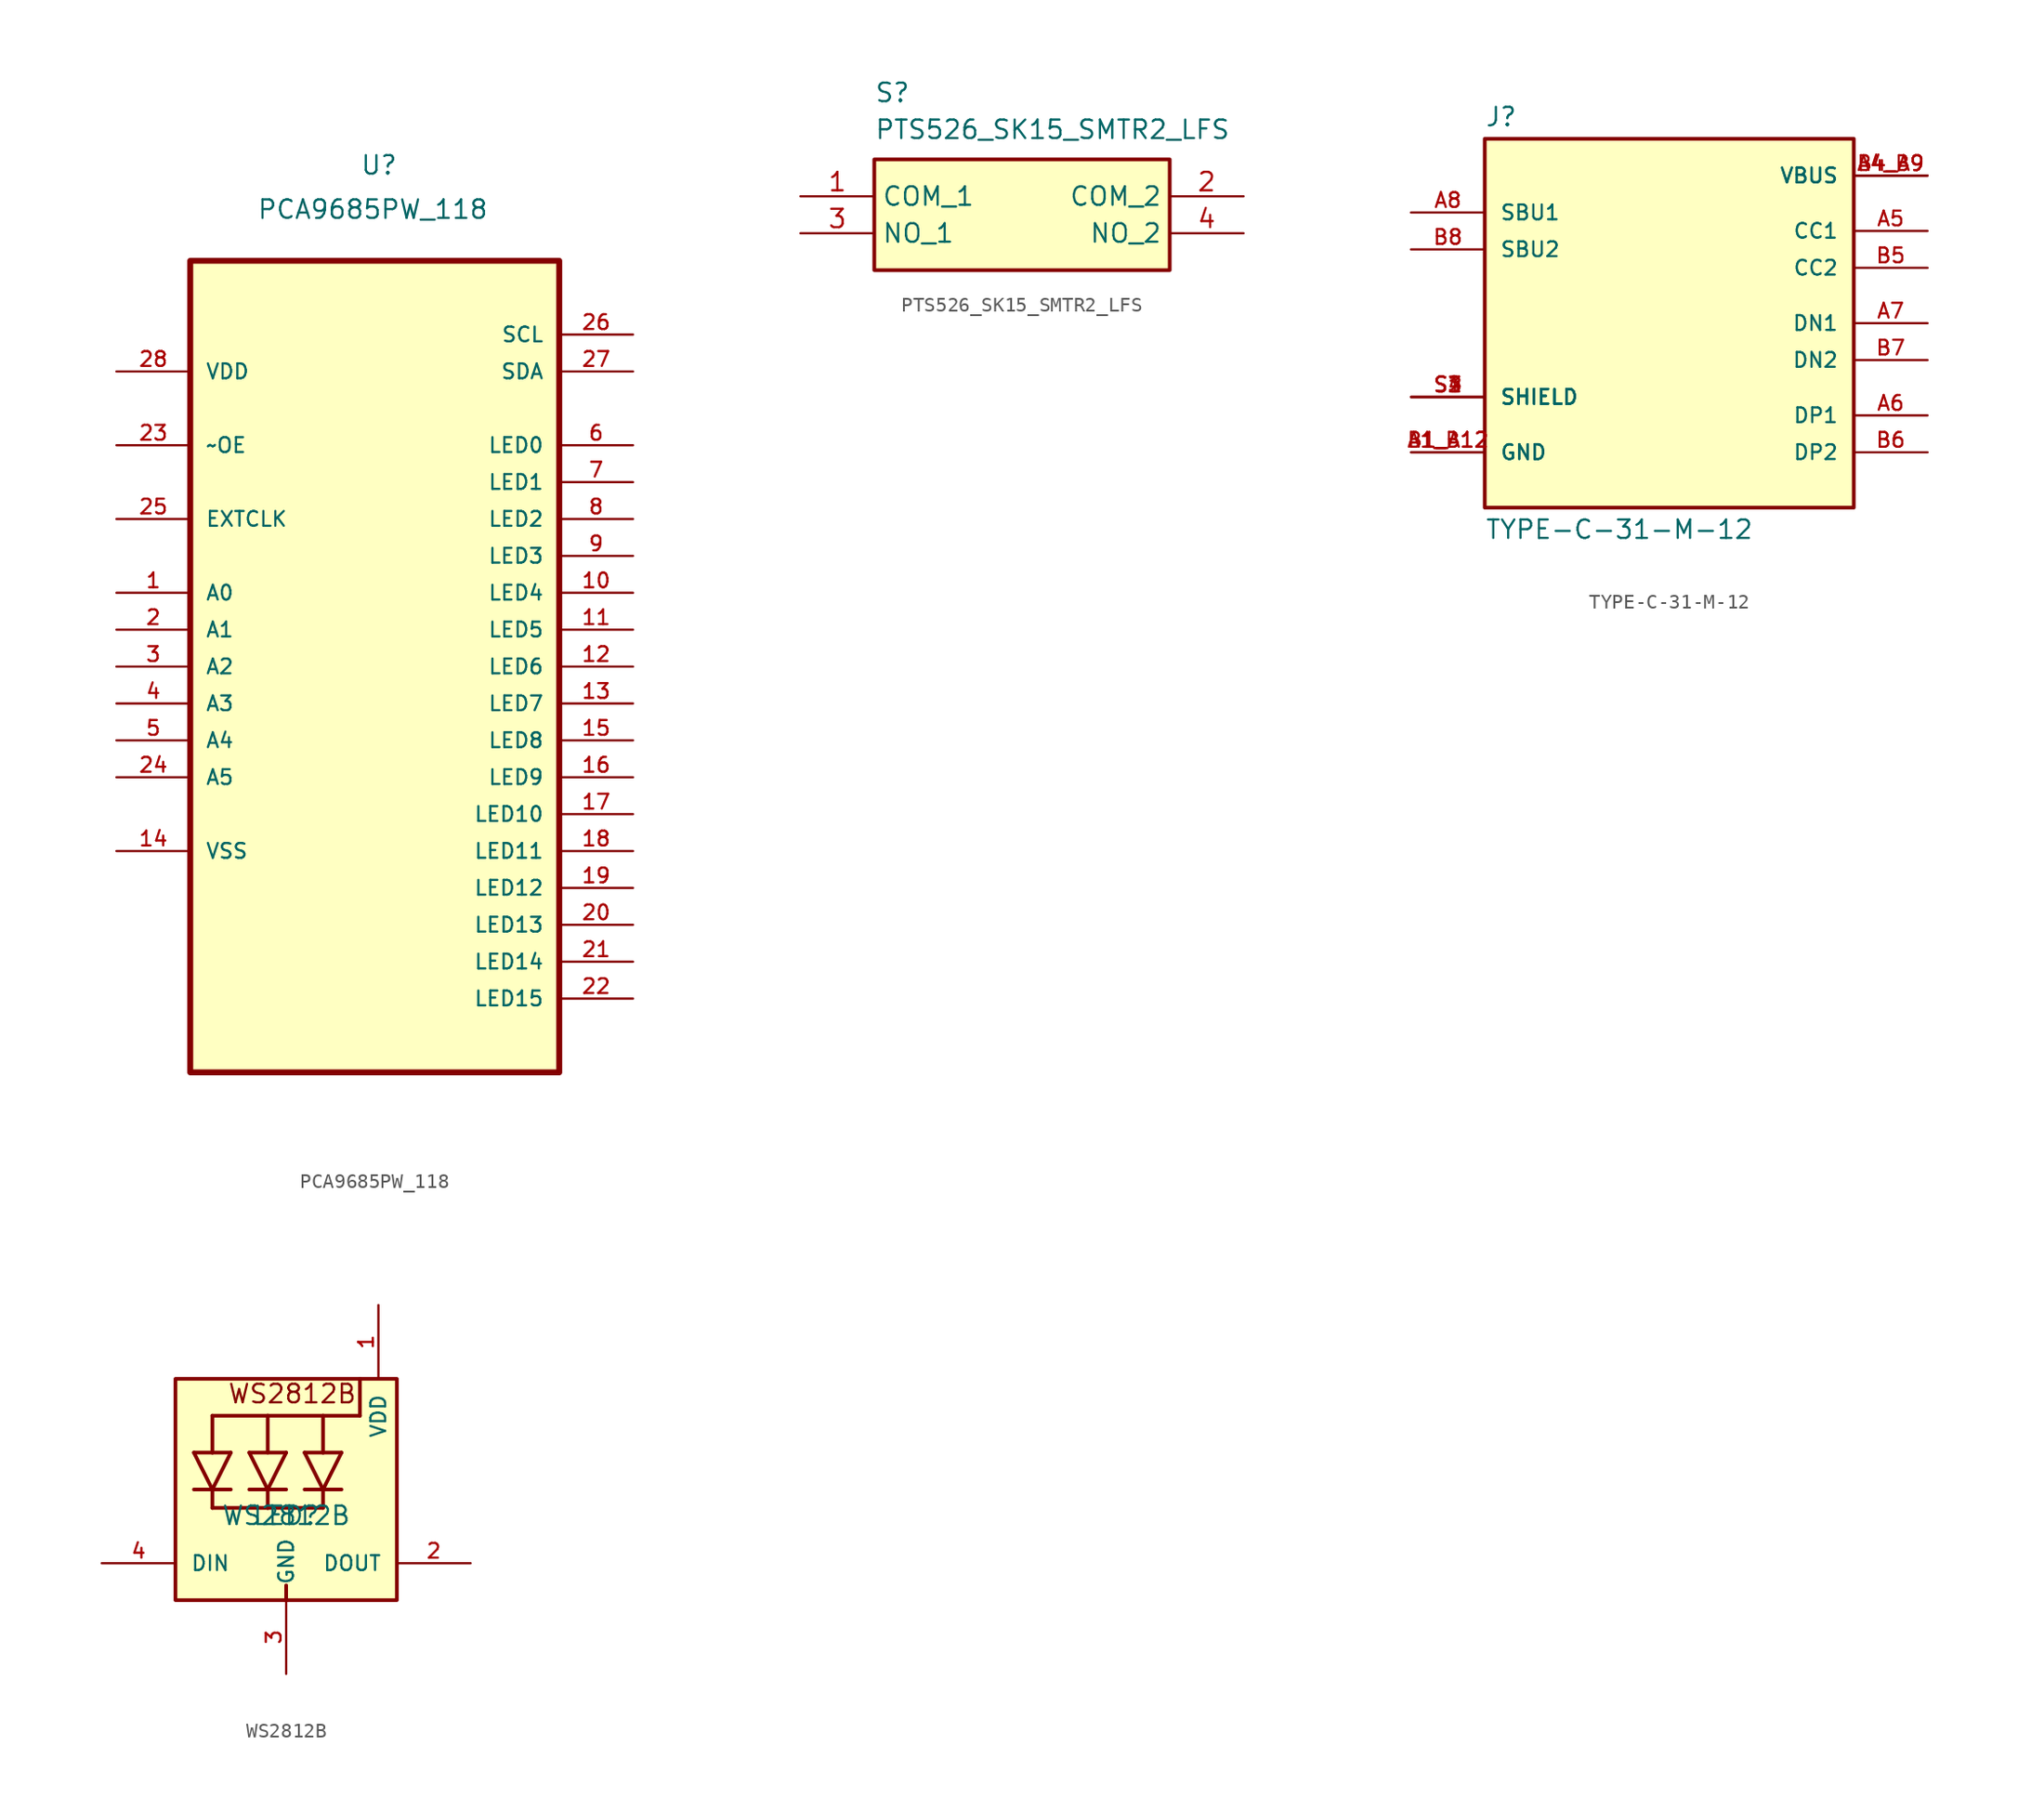
<source format=kicad_sym>
(kicad_symbol_lib
  (version 20231120)
  (generator "kicad_symbol_editor")
  (generator_version "8.0")
  (symbol "PCA9685PW_118"
    (pin_names
      (offset 1.016))
    (property "Reference" "U"
      (at -1.016 31.242 0)
      (effects (font (size 1.27 1.27)) (justify left bottom)))
    (property "Value" "PCA9685PW_118"
      (at -8.128 28.194 0)
      (effects (font (size 1.27 1.27)) (justify left bottom)))
    (symbol "PCA9685PW_118_0_0"
      (rectangle (start -12.7 -30.48) (end 12.7 25.4) (stroke (width 0.406) (type default)) (fill (type background)))
      (pin input line (at -17.78 2.54 0) (length 5.08) (name "A0" (effects (font (size 1.016 1.016)))) (number "1" (effects (font (size 1.016 1.016)))))
      (pin output line (at 17.78 2.54 180) (length 5.08) (name "LED4" (effects (font (size 1.016 1.016)))) (number "10" (effects (font (size 1.016 1.016)))))
      (pin output line (at 17.78 0 180) (length 5.08) (name "LED5" (effects (font (size 1.016 1.016)))) (number "11" (effects (font (size 1.016 1.016)))))
      (pin output line (at 17.78 -2.54 180) (length 5.08) (name "LED6" (effects (font (size 1.016 1.016)))) (number "12" (effects (font (size 1.016 1.016)))))
      (pin output line (at 17.78 -5.08 180) (length 5.08) (name "LED7" (effects (font (size 1.016 1.016)))) (number "13" (effects (font (size 1.016 1.016)))))
      (pin passive line (at -17.78 -15.24 0) (length 5.08) (name "VSS" (effects (font (size 1.016 1.016)))) (number "14" (effects (font (size 1.016 1.016)))))
      (pin output line (at 17.78 -7.62 180) (length 5.08) (name "LED8" (effects (font (size 1.016 1.016)))) (number "15" (effects (font (size 1.016 1.016)))))
      (pin output line (at 17.78 -10.16 180) (length 5.08) (name "LED9" (effects (font (size 1.016 1.016)))) (number "16" (effects (font (size 1.016 1.016)))))
      (pin output line (at 17.78 -12.7 180) (length 5.08) (name "LED10" (effects (font (size 1.016 1.016)))) (number "17" (effects (font (size 1.016 1.016)))))
      (pin output line (at 17.78 -15.24 180) (length 5.08) (name "LED11" (effects (font (size 1.016 1.016)))) (number "18" (effects (font (size 1.016 1.016)))))
      (pin output line (at 17.78 -17.78 180) (length 5.08) (name "LED12" (effects (font (size 1.016 1.016)))) (number "19" (effects (font (size 1.016 1.016)))))
      (pin input line (at -17.78 0 0) (length 5.08) (name "A1" (effects (font (size 1.016 1.016)))) (number "2" (effects (font (size 1.016 1.016)))))
      (pin output line (at 17.78 -20.32 180) (length 5.08) (name "LED13" (effects (font (size 1.016 1.016)))) (number "20" (effects (font (size 1.016 1.016)))))
      (pin output line (at 17.78 -22.86 180) (length 5.08) (name "LED14" (effects (font (size 1.016 1.016)))) (number "21" (effects (font (size 1.016 1.016)))))
      (pin output line (at 17.78 -25.4 180) (length 5.08) (name "LED15" (effects (font (size 1.016 1.016)))) (number "22" (effects (font (size 1.016 1.016)))))
      (pin input line (at -17.78 12.7 0) (length 5.08) (name "~OE" (effects (font (size 1.016 1.016)))) (number "23" (effects (font (size 1.016 1.016)))))
      (pin input line (at -17.78 -10.16 0) (length 5.08) (name "A5" (effects (font (size 1.016 1.016)))) (number "24" (effects (font (size 1.016 1.016)))))
      (pin input line (at -17.78 7.62 0) (length 5.08) (name "EXTCLK" (effects (font (size 1.016 1.016)))) (number "25" (effects (font (size 1.016 1.016)))))
      (pin input line (at 17.78 20.32 180) (length 5.08) (name "SCL" (effects (font (size 1.016 1.016)))) (number "26" (effects (font (size 1.016 1.016)))))
      (pin bidirectional line (at 17.78 17.78 180) (length 5.08) (name "SDA" (effects (font (size 1.016 1.016)))) (number "27" (effects (font (size 1.016 1.016)))))
      (pin power_in line (at -17.78 17.78 0) (length 5.08) (name "VDD" (effects (font (size 1.016 1.016)))) (number "28" (effects (font (size 1.016 1.016)))))
      (pin input line (at -17.78 -2.54 0) (length 5.08) (name "A2" (effects (font (size 1.016 1.016)))) (number "3" (effects (font (size 1.016 1.016)))))
      (pin input line (at -17.78 -5.08 0) (length 5.08) (name "A3" (effects (font (size 1.016 1.016)))) (number "4" (effects (font (size 1.016 1.016)))))
      (pin input line (at -17.78 -7.62 0) (length 5.08) (name "A4" (effects (font (size 1.016 1.016)))) (number "5" (effects (font (size 1.016 1.016)))))
      (pin output line (at 17.78 12.7 180) (length 5.08) (name "LED0" (effects (font (size 1.016 1.016)))) (number "6" (effects (font (size 1.016 1.016)))))
      (pin output line (at 17.78 10.16 180) (length 5.08) (name "LED1" (effects (font (size 1.016 1.016)))) (number "7" (effects (font (size 1.016 1.016)))))
      (pin output line (at 17.78 7.62 180) (length 5.08) (name "LED2" (effects (font (size 1.016 1.016)))) (number "8" (effects (font (size 1.016 1.016)))))
      (pin output line (at 17.78 5.08 180) (length 5.08) (name "LED3" (effects (font (size 1.016 1.016)))) (number "9" (effects (font (size 1.016 1.016)))))))
  (symbol "PTS526_SK15_SMTR2_LFS"
    (property "Reference" "S"
      (at -10.16 9.144 0)
      (effects (font (size 1.27 1.27)) (justify left top)))
    (property "Value" "PTS526_SK15_SMTR2_LFS"
      (at -10.16 6.604 0)
      (effects (font (size 1.27 1.27)) (justify left top)))
    (symbol "PTS526_SK15_SMTR2_LFS_1_1"
      (rectangle (start -10.16 3.81) (end 10.16 -3.81) (stroke (width 0.254) (type default)) (fill (type background)))
      (pin passive line (at -15.24 1.27 0) (length 5.08) (name "COM_1" (effects (font (size 1.27 1.27)))) (number "1" (effects (font (size 1.27 1.27)))))
      (pin passive line (at 15.24 1.27 180) (length 5.08) (name "COM_2" (effects (font (size 1.27 1.27)))) (number "2" (effects (font (size 1.27 1.27)))))
      (pin passive line (at -15.24 -1.27 0) (length 5.08) (name "NO_1" (effects (font (size 1.27 1.27)))) (number "3" (effects (font (size 1.27 1.27)))))
      (pin passive line (at 15.24 -1.27 180) (length 5.08) (name "NO_2" (effects (font (size 1.27 1.27)))) (number "4" (effects (font (size 1.27 1.27)))))))
  (symbol "TYPE-C-31-M-12"
    (pin_names
      (offset 1.016))
    (property "Reference" "J"
      (at -12.7 13.462 0)
      (effects (font (size 1.27 1.27)) (justify left bottom)))
    (property "Value" "TYPE-C-31-M-12"
      (at -12.7 -13.462 0)
      (effects (font (size 1.27 1.27)) (justify left top)))
    (symbol "TYPE-C-31-M-12_0_0"
      (rectangle (start -12.7 -12.7) (end 12.7 12.7) (stroke (width 0.254) (type default)) (fill (type background)))
      (pin power_in line (at -17.78 -8.89 0) (length 5.08) (name "GND" (effects (font (size 1.016 1.016)))) (number "A1_B12" (effects (font (size 1.016 1.016)))))
      (pin power_in line (at 17.78 10.16 180) (length 5.08) (name "VBUS" (effects (font (size 1.016 1.016)))) (number "A4_B9" (effects (font (size 1.016 1.016)))))
      (pin bidirectional line (at 17.78 6.35 180) (length 5.08) (name "CC1" (effects (font (size 1.016 1.016)))) (number "A5" (effects (font (size 1.016 1.016)))))
      (pin bidirectional line (at 17.78 -6.35 180) (length 5.08) (name "DP1" (effects (font (size 1.016 1.016)))) (number "A6" (effects (font (size 1.016 1.016)))))
      (pin bidirectional line (at 17.78 0 180) (length 5.08) (name "DN1" (effects (font (size 1.016 1.016)))) (number "A7" (effects (font (size 1.016 1.016)))))
      (pin bidirectional line (at -17.78 7.62 0) (length 5.08) (name "SBU1" (effects (font (size 1.016 1.016)))) (number "A8" (effects (font (size 1.016 1.016)))))
      (pin power_in line (at -17.78 -8.89 0) (length 5.08) (name "GND" (effects (font (size 1.016 1.016)))) (number "B1_A12" (effects (font (size 1.016 1.016)))))
      (pin power_in line (at 17.78 10.16 180) (length 5.08) (name "VBUS" (effects (font (size 1.016 1.016)))) (number "B4_A9" (effects (font (size 1.016 1.016)))))
      (pin bidirectional line (at 17.78 3.81 180) (length 5.08) (name "CC2" (effects (font (size 1.016 1.016)))) (number "B5" (effects (font (size 1.016 1.016)))))
      (pin bidirectional line (at 17.78 -8.89 180) (length 5.08) (name "DP2" (effects (font (size 1.016 1.016)))) (number "B6" (effects (font (size 1.016 1.016)))))
      (pin bidirectional line (at 17.78 -2.54 180) (length 5.08) (name "DN2" (effects (font (size 1.016 1.016)))) (number "B7" (effects (font (size 1.016 1.016)))))
      (pin bidirectional line (at -17.78 5.08 0) (length 5.08) (name "SBU2" (effects (font (size 1.016 1.016)))) (number "B8" (effects (font (size 1.016 1.016)))))
      (pin passive line (at -17.78 -5.08 0) (length 5.08) (name "SHIELD" (effects (font (size 1.016 1.016)))) (number "S1" (effects (font (size 1.016 1.016)))))
      (pin passive line (at -17.78 -5.08 0) (length 5.08) (name "SHIELD" (effects (font (size 1.016 1.016)))) (number "S2" (effects (font (size 1.016 1.016)))))
      (pin passive line (at -17.78 -5.08 0) (length 5.08) (name "SHIELD" (effects (font (size 1.016 1.016)))) (number "S3" (effects (font (size 1.016 1.016)))))
      (pin passive line (at -17.78 -5.08 0) (length 5.08) (name "SHIELD" (effects (font (size 1.016 1.016)))) (number "S4" (effects (font (size 1.016 1.016)))))))
  (symbol "WS2812B"
    (pin_names
      (offset 1.016))
    (property "Reference" "LED"
      (at 0 0 0)
      (effects (font (size 1.27 1.27)) (justify bottom)))
    (property "Value" "WS2812B"
      (at 0 0 0)
      (effects (font (size 1.27 1.27)) (justify bottom)))
    (symbol "WS2812B_0_0"
      (rectangle (start -7.62 -5.08) (end 7.62 10.16) (stroke (width 0.254) (type default)) (fill (type background)))
      (polyline (pts (xy -6.35 2.54) (xy -5.08 2.54)) (stroke (width 0.254) (type default)) (fill (type none)))
      (polyline (pts (xy -6.35 5.08) (xy -5.08 5.08)) (stroke (width 0.254) (type default)) (fill (type none)))
      (polyline (pts (xy -5.08 2.54) (xy -6.35 5.08)) (stroke (width 0.254) (type default)) (fill (type none)))
      (polyline (pts (xy -5.08 2.54) (xy -5.08 1.27)) (stroke (width 0.254) (type default)) (fill (type none)))
      (polyline (pts (xy -5.08 2.54) (xy -3.81 5.08)) (stroke (width 0.254) (type default)) (fill (type none)))
      (polyline (pts (xy -5.08 5.08) (xy -3.81 5.08)) (stroke (width 0.254) (type default)) (fill (type none)))
      (polyline (pts (xy -5.08 7.62) (xy -5.08 5.08)) (stroke (width 0.254) (type default)) (fill (type none)))
      (polyline (pts (xy -3.81 2.54) (xy -5.08 2.54)) (stroke (width 0.254) (type default)) (fill (type none)))
      (polyline (pts (xy -2.54 2.54) (xy -1.27 2.54)) (stroke (width 0.254) (type default)) (fill (type none)))
      (polyline (pts (xy -2.54 5.08) (xy 0 5.08)) (stroke (width 0.254) (type default)) (fill (type none)))
      (polyline (pts (xy -1.27 1.27) (xy -5.08 1.27)) (stroke (width 0.254) (type default)) (fill (type none)))
      (polyline (pts (xy -1.27 2.54) (xy -2.54 5.08)) (stroke (width 0.254) (type default)) (fill (type none)))
      (polyline (pts (xy -1.27 2.54) (xy -1.27 1.27)) (stroke (width 0.254) (type default)) (fill (type none)))
      (polyline (pts (xy -1.27 2.54) (xy 0 2.54)) (stroke (width 0.254) (type default)) (fill (type none)))
      (polyline (pts (xy -1.27 5.08) (xy -1.27 7.62)) (stroke (width 0.254) (type default)) (fill (type none)))
      (polyline (pts (xy -1.27 7.62) (xy -5.08 7.62)) (stroke (width 0.254) (type default)) (fill (type none)))
      (polyline (pts (xy 0 -4.064) (xy 0 -5.08)) (stroke (width 0.254) (type default)) (fill (type none)))
      (polyline (pts (xy 0 5.08) (xy -1.27 2.54)) (stroke (width 0.254) (type default)) (fill (type none)))
      (polyline (pts (xy 1.27 5.08) (xy 2.54 2.54)) (stroke (width 0.254) (type default)) (fill (type none)))
      (polyline (pts (xy 1.27 5.08) (xy 2.54 5.08)) (stroke (width 0.254) (type default)) (fill (type none)))
      (polyline (pts (xy 2.54 1.27) (xy -1.27 1.27)) (stroke (width 0.254) (type default)) (fill (type none)))
      (polyline (pts (xy 2.54 2.54) (xy 1.27 2.54)) (stroke (width 0.254) (type default)) (fill (type none)))
      (polyline (pts (xy 2.54 2.54) (xy 2.54 1.27)) (stroke (width 0.254) (type default)) (fill (type none)))
      (polyline (pts (xy 2.54 2.54) (xy 3.81 2.54)) (stroke (width 0.254) (type default)) (fill (type none)))
      (polyline (pts (xy 2.54 2.54) (xy 3.81 5.08)) (stroke (width 0.254) (type default)) (fill (type none)))
      (polyline (pts (xy 2.54 5.08) (xy 2.54 7.62)) (stroke (width 0.254) (type default)) (fill (type none)))
      (polyline (pts (xy 2.54 7.62) (xy -1.27 7.62)) (stroke (width 0.254) (type default)) (fill (type none)))
      (polyline (pts (xy 2.54 7.62) (xy 5.08 7.62)) (stroke (width 0.254) (type default)) (fill (type none)))
      (polyline (pts (xy 3.81 5.08) (xy 2.54 5.08)) (stroke (width 0.254) (type default)) (fill (type none)))
      (polyline (pts (xy 5.08 10.16) (xy 5.08 7.62)) (stroke (width 0.254) (type default)) (fill (type none)))
      (text "WS2812B" (at -4.064 8.382 0) (effects (font (size 1.27 1.27)) (justify left bottom))))
    (symbol "WS2812B_1_0"
      (pin power_in line (at 6.35 15.24 270) (length 5.08) (name "VDD" (effects (font (size 1.016 1.016)))) (number "1" (effects (font (size 1.016 1.016)))))
      (pin output line (at 12.7 -2.54 180) (length 5.08) (name "DOUT" (effects (font (size 1.016 1.016)))) (number "2" (effects (font (size 1.016 1.016)))))
      (pin power_in line (at 0 -10.16 90) (length 5.08) (name "GND" (effects (font (size 1.016 1.016)))) (number "3" (effects (font (size 1.016 1.016)))))
      (pin input line (at -12.7 -2.54 0) (length 5.08) (name "DIN" (effects (font (size 1.016 1.016)))) (number "4" (effects (font (size 1.016 1.016))))))))
</source>
